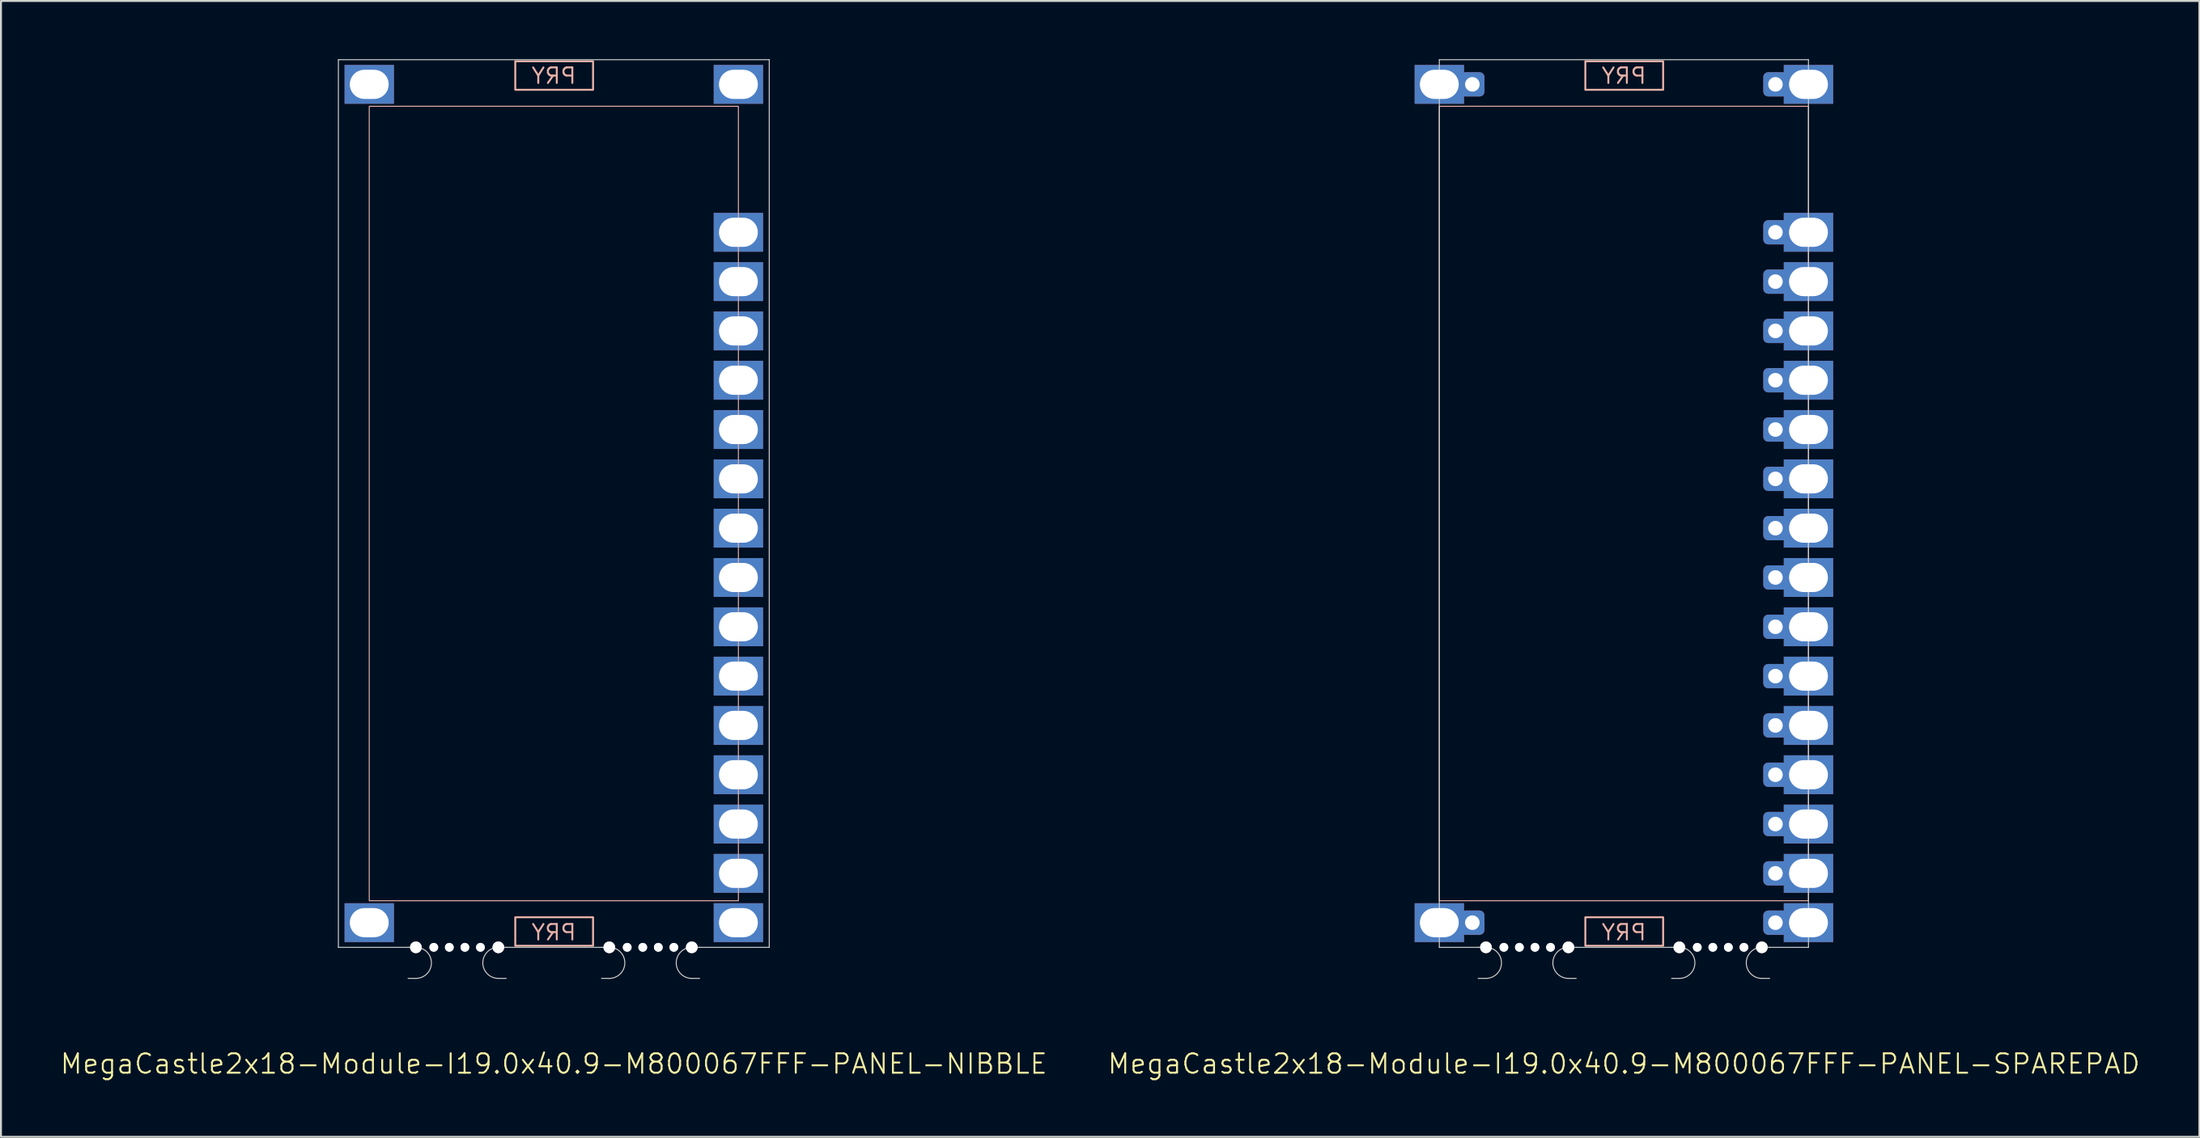
<source format=kicad_pcb>
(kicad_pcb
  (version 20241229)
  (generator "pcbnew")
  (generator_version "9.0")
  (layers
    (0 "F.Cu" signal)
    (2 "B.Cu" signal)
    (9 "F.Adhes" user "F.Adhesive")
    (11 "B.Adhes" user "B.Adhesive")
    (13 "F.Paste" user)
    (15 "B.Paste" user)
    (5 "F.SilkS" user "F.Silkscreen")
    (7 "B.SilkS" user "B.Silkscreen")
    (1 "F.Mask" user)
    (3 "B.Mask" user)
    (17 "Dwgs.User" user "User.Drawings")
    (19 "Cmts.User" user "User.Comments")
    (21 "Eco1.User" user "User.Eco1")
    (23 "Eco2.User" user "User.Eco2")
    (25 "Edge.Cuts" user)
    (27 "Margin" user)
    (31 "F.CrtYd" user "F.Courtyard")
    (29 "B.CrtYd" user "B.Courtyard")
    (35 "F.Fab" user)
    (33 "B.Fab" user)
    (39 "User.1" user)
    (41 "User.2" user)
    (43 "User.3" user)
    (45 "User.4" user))
  (footprint "MegaCastle2x18-Module-I19.0x40.9-M800067FFF-PANEL-NIBBLE"
    (layer "F.Cu")
    (at 25.455 22.885)
    (property "Reference" "MegaCastle2x18-Module-I19.0x40.9-M800067FFF-PANEL-NIBBLE" (at 0 28.86 0) (unlocked yes) (layer "F.SilkS") (effects (font (size 1 1) (thickness 0.1))))
    (attr smd)
    (fp_rect (start -9.5 20.46) (end 9.5 -20.46) (stroke (width 0.05) (type default)) (fill no) (layer "B.SilkS"))
    (fp_rect (start -1.984 -21.311) (end 2.02 -22.78) (stroke (width 0.1) (type default)) (fill no) (layer "B.SilkS"))
    (fp_rect (start -1.984 21.311) (end 2.02 22.78) (stroke (width 0.1) (type default)) (fill no) (layer "B.SilkS"))
    (fp_line (start -11.088 -22.86) (end -11.088 22.86) (stroke (width 0.05) (type default)) (layer "Edge.Cuts"))
    (fp_line (start -11.088 -22.86) (end 11.088 -22.86) (stroke (width 0.05) (type default)) (layer "Edge.Cuts"))
    (fp_line (start -11.088 22.86) (end -7.5 22.86) (stroke (width 0.05) (type default)) (layer "Edge.Cuts"))
    (fp_line (start -7.5 22.86) (end -7.1 22.86) (stroke (width 0.05) (type default)) (layer "Edge.Cuts"))
    (fp_line (start -7.5 24.46) (end -7.1 24.46) (stroke (width 0.05) (type default)) (layer "Edge.Cuts"))
    (fp_line (start -2.455 22.86) (end -2.855 22.86) (stroke (width 0.05) (type default)) (layer "Edge.Cuts"))
    (fp_line (start -2.455 22.86) (end 2.455 22.86) (stroke (width 0.05) (type default)) (layer "Edge.Cuts"))
    (fp_line (start -2.455 24.46) (end -2.855 24.46) (stroke (width 0.05) (type default)) (layer "Edge.Cuts"))
    (fp_line (start 2.455 22.86) (end 2.855 22.86) (stroke (width 0.05) (type default)) (layer "Edge.Cuts"))
    (fp_line (start 2.455 24.46) (end 2.855 24.46) (stroke (width 0.05) (type default)) (layer "Edge.Cuts"))
    (fp_line (start 7.5 22.86) (end 7.1 22.86) (stroke (width 0.05) (type default)) (layer "Edge.Cuts"))
    (fp_line (start 7.5 22.86) (end 11.088 22.86) (stroke (width 0.05) (type default)) (layer "Edge.Cuts"))
    (fp_line (start 7.5 24.46) (end 7.1 24.46) (stroke (width 0.05) (type default)) (layer "Edge.Cuts"))
    (fp_line (start 11.088 -22.86) (end 11.088 22.86) (stroke (width 0.05) (type default)) (layer "Edge.Cuts"))
    (fp_arc (start -7.1 22.860001) (mid -6.3 23.66) (end -7.1 24.459999) (stroke (width 0.05) (type default)) (layer "Edge.Cuts"))
    (fp_arc (start -2.855 24.459999) (mid -3.655 23.66) (end -2.855 22.860001) (stroke (width 0.05) (type default)) (layer "Edge.Cuts"))
    (fp_arc (start 2.855 22.860001) (mid 3.655 23.66) (end 2.855 24.459999) (stroke (width 0.05) (type default)) (layer "Edge.Cuts"))
    (fp_arc (start 7.1 24.459999) (mid 6.300001 23.66) (end 7.1 22.860001) (stroke (width 0.05) (type default)) (layer "Edge.Cuts"))
    (fp_text user "PRY" (at 0 -21.56 0) (unlocked yes) (layer "B.SilkS") (effects (font (size 0.8 0.8) (thickness 0.1)) (justify bottom mirror)))
    (fp_text user "PRY" (at 0 22.56 0) (unlocked yes) (layer "B.SilkS") (effects (font (size 0.8 0.8) (thickness 0.1)) (justify bottom mirror)))
    (pad "" np_thru_hole circle (at -7.1 22.86) (size 0.6 0.6) (drill 0.6) (layers "*.Cu" "Edge.Cuts"))
    (pad "" np_thru_hole circle (at -6.178 22.86) (size 0.45 0.45) (drill 0.45) (layers "*.Cu" "Edge.Cuts"))
    (pad "" np_thru_hole circle (at -5.378 22.86) (size 0.45 0.45) (drill 0.45) (layers "*.Cu" "Edge.Cuts"))
    (pad "" np_thru_hole circle (at -4.577 22.86) (size 0.45 0.45) (drill 0.45) (layers "*.Cu" "Edge.Cuts"))
    (pad "" np_thru_hole circle (at -3.777 22.86) (size 0.45 0.45) (drill 0.45) (layers "*.Cu" "Edge.Cuts"))
    (pad "" np_thru_hole circle (at -2.855 22.86) (size 0.6 0.6) (drill 0.6) (layers "*.Cu" "Edge.Cuts"))
    (pad "" np_thru_hole circle (at 2.855 22.86) (size 0.6 0.6) (drill 0.6) (layers "*.Cu" "Edge.Cuts"))
    (pad "" np_thru_hole circle (at 3.777 22.86) (size 0.45 0.45) (drill 0.45) (layers "*.Cu" "Edge.Cuts"))
    (pad "" np_thru_hole circle (at 4.577 22.86) (size 0.45 0.45) (drill 0.45) (layers "*.Cu" "Edge.Cuts"))
    (pad "" np_thru_hole circle (at 5.378 22.86) (size 0.45 0.45) (drill 0.45) (layers "*.Cu" "Edge.Cuts"))
    (pad "" np_thru_hole circle (at 6.178 22.86) (size 0.45 0.45) (drill 0.45) (layers "*.Cu" "Edge.Cuts"))
    (pad "" np_thru_hole circle (at 7.1 22.86) (size 0.6 0.6) (drill 0.6) (layers "*.Cu" "Edge.Cuts"))
    (pad "1" thru_hole rect (at -9.5 -21.59) (size 2.54 2) (drill oval 2 1.5) (property pad_prop_castellated) (layers "*.Cu" "*.Mask"))
    (pad "18" thru_hole rect (at -9.5 21.59) (size 2.54 2) (drill oval 2 1.5) (property pad_prop_castellated) (layers "*.Cu" "*.Mask"))
    (pad "19" thru_hole rect (at 9.5 -21.59) (size 2.54 2) (drill oval 2 1.5) (property pad_prop_castellated) (layers "*.Cu" "*.Mask"))
    (pad "22" thru_hole rect (at 9.5 -13.97) (size 2.54 2) (drill oval 2 1.5) (property pad_prop_castellated) (layers "*.Cu" "*.Mask"))
    (pad "23" thru_hole rect (at 9.5 -11.43) (size 2.54 2) (drill oval 2 1.5) (property pad_prop_castellated) (layers "*.Cu" "*.Mask"))
    (pad "24" thru_hole rect (at 9.5 -8.89) (size 2.54 2) (drill oval 2 1.5) (property pad_prop_castellated) (layers "*.Cu" "*.Mask"))
    (pad "25" thru_hole rect (at 9.5 -6.35) (size 2.54 2) (drill oval 2 1.5) (property pad_prop_castellated) (layers "*.Cu" "*.Mask"))
    (pad "26" thru_hole rect (at 9.5 -3.81) (size 2.54 2) (drill oval 2 1.5) (property pad_prop_castellated) (layers "*.Cu" "*.Mask"))
    (pad "27" thru_hole rect (at 9.5 -1.27) (size 2.54 2) (drill oval 2 1.5) (property pad_prop_castellated) (layers "*.Cu" "*.Mask"))
    (pad "28" thru_hole rect (at 9.5 1.27) (size 2.54 2) (drill oval 2 1.5) (property pad_prop_castellated) (layers "*.Cu" "*.Mask"))
    (pad "29" thru_hole rect (at 9.5 3.81) (size 2.54 2) (drill oval 2 1.5) (property pad_prop_castellated) (layers "*.Cu" "*.Mask"))
    (pad "30" thru_hole rect (at 9.5 6.35) (size 2.54 2) (drill oval 2 1.5) (property pad_prop_castellated) (layers "*.Cu" "*.Mask"))
    (pad "31" thru_hole rect (at 9.5 8.89) (size 2.54 2) (drill oval 2 1.5) (property pad_prop_castellated) (layers "*.Cu" "*.Mask"))
    (pad "32" thru_hole rect (at 9.5 11.43) (size 2.54 2) (drill oval 2 1.5) (property pad_prop_castellated) (layers "*.Cu" "*.Mask"))
    (pad "33" thru_hole rect (at 9.5 13.97) (size 2.54 2) (drill oval 2 1.5) (property pad_prop_castellated) (layers "*.Cu" "*.Mask"))
    (pad "34" thru_hole rect (at 9.5 16.51) (size 2.54 2) (drill oval 2 1.5) (property pad_prop_castellated) (layers "*.Cu" "*.Mask"))
    (pad "35" thru_hole rect (at 9.5 19.05) (size 2.54 2) (drill oval 2 1.5) (property pad_prop_castellated) (layers "*.Cu" "*.Mask"))
    (pad "36" thru_hole rect (at 9.5 21.59) (size 2.54 2) (drill oval 2 1.5) (property pad_prop_castellated) (layers "*.Cu" "*.Mask"))
    (zone (net_name "") (layer "B.Cu") (hatch edge 0.5) (connect_pads) (min_thickness 0.25) (filled_areas_thickness no) (keepout (tracks allowed) (vias allowed) (pads allowed) (copperpour allowed) (footprints not_allowed)) (placement (enabled no)) (fill) (polygon (pts (xy 15.955 45.745) (xy 15.955 0.025))))
    (zone (net_name "") (layer "B.Cu") (hatch edge 0.5) (connect_pads) (min_thickness 0.25) (filled_areas_thickness no) (keepout (tracks allowed) (vias allowed) (pads allowed) (copperpour allowed) (footprints not_allowed)) (placement (enabled no)) (fill) (polygon (pts (xy 34.955 45.745) (xy 34.955 0.025))))
    (zone (net_name "") (layer "B.Cu") (hatch edge 0.5) (connect_pads) (min_thickness 0.25) (filled_areas_thickness no) (keepout (tracks allowed) (vias allowed) (pads allowed) (copperpour allowed) (footprints not_allowed)) (placement (enabled no)) (fill) (polygon (pts (xy 15.955 0.025) (xy 15.955 2.425) (xy 34.955 2.425) (xy 34.955 0.025))))
    (zone (net_name "") (layer "B.Cu") (hatch edge 0.5) (connect_pads) (min_thickness 0.25) (filled_areas_thickness no) (keepout (tracks allowed) (vias allowed) (pads allowed) (copperpour allowed) (footprints not_allowed)) (placement (enabled no)) (fill) (polygon (pts (xy 15.955 45.745) (xy 15.955 43.345) (xy 34.955 43.345) (xy 34.955 45.745))))
    (zone (net_name "") (layer "B.Cu") (name "Upper Pry Zone") (hatch edge 0.5) (connect_pads) (min_thickness 0.25) (filled_areas_thickness no) (keepout (tracks not_allowed) (vias not_allowed) (pads not_allowed) (copperpour allowed) (footprints not_allowed)) (placement (enabled no)) (fill) (polygon (pts (xy 23.471 1.574) (xy 23.471 0.105) (xy 27.474 0.105) (xy 27.474 1.574))))
    (zone (net_name "") (layer "B.Cu") (name "Upper Pry Zone") (hatch edge 0.5) (connect_pads) (min_thickness 0.25) (filled_areas_thickness no) (keepout (tracks not_allowed) (vias not_allowed) (pads not_allowed) (copperpour allowed) (footprints not_allowed)) (placement (enabled no)) (fill) (polygon (pts (xy 23.471 44.196) (xy 23.471 45.665) (xy 27.474 45.665) (xy 27.474 44.196)))))
  (footprint "MegaCastle2x18-Module-I19.0x40.9-M800067FFF-PANEL-SPAREPAD"
    (layer "F.Cu")
    (at 80.531 22.885)
    (property "Reference" "MegaCastle2x18-Module-I19.0x40.9-M800067FFF-PANEL-SPAREPAD" (at 0 28.86 0) (unlocked yes) (layer "F.SilkS") (effects (font (size 1 1) (thickness 0.1))))
    (attr smd)
    (fp_rect (start -9.5 20.46) (end 9.5 -20.46) (stroke (width 0.05) (type default)) (fill no) (layer "B.SilkS"))
    (fp_rect (start -1.984 -21.311) (end 2.02 -22.78) (stroke (width 0.1) (type default)) (fill no) (layer "B.SilkS"))
    (fp_rect (start -1.984 21.311) (end 2.02 22.78) (stroke (width 0.1) (type default)) (fill no) (layer "B.SilkS"))
    (fp_line (start -9.5 -22.86) (end -9.5 22.86) (stroke (width 0.05) (type default)) (layer "Edge.Cuts"))
    (fp_line (start -9.5 -22.86) (end 9.5 -22.86) (stroke (width 0.05) (type default)) (layer "Edge.Cuts"))
    (fp_line (start -9.5 22.86) (end -7.5 22.86) (stroke (width 0.05) (type default)) (layer "Edge.Cuts"))
    (fp_line (start -7.5 22.86) (end -7.1 22.86) (stroke (width 0.05) (type default)) (layer "Edge.Cuts"))
    (fp_line (start -7.5 24.46) (end -7.1 24.46) (stroke (width 0.05) (type default)) (layer "Edge.Cuts"))
    (fp_line (start -2.455 22.86) (end -2.855 22.86) (stroke (width 0.05) (type default)) (layer "Edge.Cuts"))
    (fp_line (start -2.455 22.86) (end 2.455 22.86) (stroke (width 0.05) (type default)) (layer "Edge.Cuts"))
    (fp_line (start -2.455 24.46) (end -2.855 24.46) (stroke (width 0.05) (type default)) (layer "Edge.Cuts"))
    (fp_line (start 2.455 22.86) (end 2.855 22.86) (stroke (width 0.05) (type default)) (layer "Edge.Cuts"))
    (fp_line (start 2.455 24.46) (end 2.855 24.46) (stroke (width 0.05) (type default)) (layer "Edge.Cuts"))
    (fp_line (start 7.5 22.86) (end 7.1 22.86) (stroke (width 0.05) (type default)) (layer "Edge.Cuts"))
    (fp_line (start 7.5 22.86) (end 9.5 22.86) (stroke (width 0.05) (type default)) (layer "Edge.Cuts"))
    (fp_line (start 7.5 24.46) (end 7.1 24.46) (stroke (width 0.05) (type default)) (layer "Edge.Cuts"))
    (fp_line (start 9.5 -22.86) (end 9.5 22.86) (stroke (width 0.05) (type default)) (layer "Edge.Cuts"))
    (fp_arc (start -7.1 22.860001) (mid -6.3 23.66) (end -7.1 24.459999) (stroke (width 0.05) (type default)) (layer "Edge.Cuts"))
    (fp_arc (start -2.855 24.459999) (mid -3.655 23.66) (end -2.855 22.860001) (stroke (width 0.05) (type default)) (layer "Edge.Cuts"))
    (fp_arc (start 2.855 22.860001) (mid 3.655 23.66) (end 2.855 24.459999) (stroke (width 0.05) (type default)) (layer "Edge.Cuts"))
    (fp_arc (start 7.1 24.459999) (mid 6.300001 23.66) (end 7.1 22.860001) (stroke (width 0.05) (type default)) (layer "Edge.Cuts"))
    (fp_text user "PRY" (at 0 -21.56 0) (unlocked yes) (layer "B.SilkS") (effects (font (size 0.8 0.8) (thickness 0.1)) (justify bottom mirror)))
    (fp_text user "PRY" (at 0 22.56 0) (unlocked yes) (layer "B.SilkS") (effects (font (size 0.8 0.8) (thickness 0.1)) (justify bottom mirror)))
    (pad "" np_thru_hole circle (at -7.1 22.86) (size 0.6 0.6) (drill 0.6) (layers "*.Cu" "Edge.Cuts"))
    (pad "" np_thru_hole circle (at -6.178 22.86) (size 0.45 0.45) (drill 0.45) (layers "*.Cu" "Edge.Cuts"))
    (pad "" np_thru_hole circle (at -5.378 22.86) (size 0.45 0.45) (drill 0.45) (layers "*.Cu" "Edge.Cuts"))
    (pad "" np_thru_hole circle (at -4.577 22.86) (size 0.45 0.45) (drill 0.45) (layers "*.Cu" "Edge.Cuts"))
    (pad "" np_thru_hole circle (at -3.777 22.86) (size 0.45 0.45) (drill 0.45) (layers "*.Cu" "Edge.Cuts"))
    (pad "" np_thru_hole circle (at -2.855 22.86) (size 0.6 0.6) (drill 0.6) (layers "*.Cu" "Edge.Cuts"))
    (pad "" np_thru_hole circle (at 2.855 22.86) (size 0.6 0.6) (drill 0.6) (layers "*.Cu" "Edge.Cuts"))
    (pad "" np_thru_hole circle (at 3.777 22.86) (size 0.45 0.45) (drill 0.45) (layers "*.Cu" "Edge.Cuts"))
    (pad "" np_thru_hole circle (at 4.577 22.86) (size 0.45 0.45) (drill 0.45) (layers "*.Cu" "Edge.Cuts"))
    (pad "" np_thru_hole circle (at 5.378 22.86) (size 0.45 0.45) (drill 0.45) (layers "*.Cu" "Edge.Cuts"))
    (pad "" np_thru_hole circle (at 6.178 22.86) (size 0.45 0.45) (drill 0.45) (layers "*.Cu" "Edge.Cuts"))
    (pad "" np_thru_hole circle (at 7.1 22.86) (size 0.6 0.6) (drill 0.6) (layers "*.Cu" "Edge.Cuts"))
    (pad "1" thru_hole rect (at -9.5 -21.59) (size 2.54 2) (drill oval 2 1.5) (property pad_prop_castellated) (layers "*.Cu" "*.Mask"))
    (pad "1" thru_hole roundrect (at -7.8 -21.59 180) (size 1.25 1.25) (drill 0.75) (layers "*.Cu" "*.Mask") (roundrect_rratio 0.2))
    (pad "18" thru_hole rect (at -9.5 21.59) (size 2.54 2) (drill oval 2 1.5) (property pad_prop_castellated) (layers "*.Cu" "*.Mask"))
    (pad "18" thru_hole roundrect (at -7.8 21.59 180) (size 1.25 1.25) (drill 0.75) (layers "*.Cu" "*.Mask") (roundrect_rratio 0.2))
    (pad "19" thru_hole roundrect (at 7.8 -21.59 180) (size 1.25 1.25) (drill 0.75) (layers "*.Cu" "*.Mask") (roundrect_rratio 0.2))
    (pad "19" thru_hole rect (at 9.5 -21.59) (size 2.54 2) (drill oval 2 1.5) (property pad_prop_castellated) (layers "*.Cu" "*.Mask"))
    (pad "22" thru_hole roundrect (at 7.8 -13.97 180) (size 1.25 1.25) (drill 0.75) (layers "*.Cu" "*.Mask") (roundrect_rratio 0.2))
    (pad "22" thru_hole rect (at 9.5 -13.97) (size 2.54 2) (drill oval 2 1.5) (property pad_prop_castellated) (layers "*.Cu" "*.Mask"))
    (pad "23" thru_hole roundrect (at 7.8 -11.43 180) (size 1.25 1.25) (drill 0.75) (layers "*.Cu" "*.Mask") (roundrect_rratio 0.2))
    (pad "23" thru_hole rect (at 9.5 -11.43) (size 2.54 2) (drill oval 2 1.5) (property pad_prop_castellated) (layers "*.Cu" "*.Mask"))
    (pad "24" thru_hole roundrect (at 7.8 -8.89 180) (size 1.25 1.25) (drill 0.75) (layers "*.Cu" "*.Mask") (roundrect_rratio 0.2))
    (pad "24" thru_hole rect (at 9.5 -8.89) (size 2.54 2) (drill oval 2 1.5) (property pad_prop_castellated) (layers "*.Cu" "*.Mask"))
    (pad "25" thru_hole roundrect (at 7.8 -6.35 180) (size 1.25 1.25) (drill 0.75) (layers "*.Cu" "*.Mask") (roundrect_rratio 0.2))
    (pad "25" thru_hole rect (at 9.5 -6.35) (size 2.54 2) (drill oval 2 1.5) (property pad_prop_castellated) (layers "*.Cu" "*.Mask"))
    (pad "26" thru_hole roundrect (at 7.8 -3.81 180) (size 1.25 1.25) (drill 0.75) (layers "*.Cu" "*.Mask") (roundrect_rratio 0.2))
    (pad "26" thru_hole rect (at 9.5 -3.81) (size 2.54 2) (drill oval 2 1.5) (property pad_prop_castellated) (layers "*.Cu" "*.Mask"))
    (pad "27" thru_hole roundrect (at 7.8 -1.27 180) (size 1.25 1.25) (drill 0.75) (layers "*.Cu" "*.Mask") (roundrect_rratio 0.2))
    (pad "27" thru_hole rect (at 9.5 -1.27) (size 2.54 2) (drill oval 2 1.5) (property pad_prop_castellated) (layers "*.Cu" "*.Mask"))
    (pad "28" thru_hole roundrect (at 7.8 1.27 180) (size 1.25 1.25) (drill 0.75) (layers "*.Cu" "*.Mask") (roundrect_rratio 0.2))
    (pad "28" thru_hole rect (at 9.5 1.27) (size 2.54 2) (drill oval 2 1.5) (property pad_prop_castellated) (layers "*.Cu" "*.Mask"))
    (pad "29" thru_hole roundrect (at 7.8 3.81 180) (size 1.25 1.25) (drill 0.75) (layers "*.Cu" "*.Mask") (roundrect_rratio 0.2))
    (pad "29" thru_hole rect (at 9.5 3.81) (size 2.54 2) (drill oval 2 1.5) (property pad_prop_castellated) (layers "*.Cu" "*.Mask"))
    (pad "30" thru_hole roundrect (at 7.8 6.35 180) (size 1.25 1.25) (drill 0.75) (layers "*.Cu" "*.Mask") (roundrect_rratio 0.2))
    (pad "30" thru_hole rect (at 9.5 6.35) (size 2.54 2) (drill oval 2 1.5) (property pad_prop_castellated) (layers "*.Cu" "*.Mask"))
    (pad "31" thru_hole roundrect (at 7.8 8.89 180) (size 1.25 1.25) (drill 0.75) (layers "*.Cu" "*.Mask") (roundrect_rratio 0.2))
    (pad "31" thru_hole rect (at 9.5 8.89) (size 2.54 2) (drill oval 2 1.5) (property pad_prop_castellated) (layers "*.Cu" "*.Mask"))
    (pad "32" thru_hole roundrect (at 7.8 11.43 180) (size 1.25 1.25) (drill 0.75) (layers "*.Cu" "*.Mask") (roundrect_rratio 0.2))
    (pad "32" thru_hole rect (at 9.5 11.43) (size 2.54 2) (drill oval 2 1.5) (property pad_prop_castellated) (layers "*.Cu" "*.Mask"))
    (pad "33" thru_hole roundrect (at 7.8 13.97 180) (size 1.25 1.25) (drill 0.75) (layers "*.Cu" "*.Mask") (roundrect_rratio 0.2))
    (pad "33" thru_hole rect (at 9.5 13.97) (size 2.54 2) (drill oval 2 1.5) (property pad_prop_castellated) (layers "*.Cu" "*.Mask"))
    (pad "34" thru_hole roundrect (at 7.8 16.51 180) (size 1.25 1.25) (drill 0.75) (layers "*.Cu" "*.Mask") (roundrect_rratio 0.2))
    (pad "34" thru_hole rect (at 9.5 16.51) (size 2.54 2) (drill oval 2 1.5) (property pad_prop_castellated) (layers "*.Cu" "*.Mask"))
    (pad "35" thru_hole roundrect (at 7.8 19.05 180) (size 1.25 1.25) (drill 0.75) (layers "*.Cu" "*.Mask") (roundrect_rratio 0.2))
    (pad "35" thru_hole rect (at 9.5 19.05) (size 2.54 2) (drill oval 2 1.5) (property pad_prop_castellated) (layers "*.Cu" "*.Mask"))
    (pad "36" thru_hole roundrect (at 7.8 21.59 180) (size 1.25 1.25) (drill 0.75) (layers "*.Cu" "*.Mask") (roundrect_rratio 0.2))
    (pad "36" thru_hole rect (at 9.5 21.59) (size 2.54 2) (drill oval 2 1.5) (property pad_prop_castellated) (layers "*.Cu" "*.Mask"))
    (zone (net_name "") (layer "B.Cu") (hatch edge 0.5) (connect_pads) (min_thickness 0.25) (filled_areas_thickness no) (keepout (tracks allowed) (vias allowed) (pads allowed) (copperpour allowed) (footprints not_allowed)) (placement (enabled no)) (fill) (polygon (pts (xy 71.031 45.745) (xy 71.031 0.025))))
    (zone (net_name "") (layer "B.Cu") (hatch edge 0.5) (connect_pads) (min_thickness 0.25) (filled_areas_thickness no) (keepout (tracks allowed) (vias allowed) (pads allowed) (copperpour allowed) (footprints not_allowed)) (placement (enabled no)) (fill) (polygon (pts (xy 90.031 45.745) (xy 90.031 0.025))))
    (zone (net_name "") (layer "B.Cu") (hatch edge 0.5) (connect_pads) (min_thickness 0.25) (filled_areas_thickness no) (keepout (tracks allowed) (vias allowed) (pads allowed) (copperpour allowed) (footprints not_allowed)) (placement (enabled no)) (fill) (polygon (pts (xy 71.031 0.025) (xy 71.031 2.425) (xy 90.031 2.425) (xy 90.031 0.025))))
    (zone (net_name "") (layer "B.Cu") (hatch edge 0.5) (connect_pads) (min_thickness 0.25) (filled_areas_thickness no) (keepout (tracks allowed) (vias allowed) (pads allowed) (copperpour allowed) (footprints not_allowed)) (placement (enabled no)) (fill) (polygon (pts (xy 71.031 45.745) (xy 71.031 43.345) (xy 90.031 43.345) (xy 90.031 45.745))))
    (zone (net_name "") (layer "B.Cu") (name "Upper Pry Zone") (hatch edge 0.5) (connect_pads) (min_thickness 0.25) (filled_areas_thickness no) (keepout (tracks not_allowed) (vias not_allowed) (pads not_allowed) (copperpour allowed) (footprints not_allowed)) (placement (enabled no)) (fill) (polygon (pts (xy 78.547 1.574) (xy 78.547 0.105) (xy 82.55 0.105) (xy 82.55 1.574))))
    (zone (net_name "") (layer "B.Cu") (name "Upper Pry Zone") (hatch edge 0.5) (connect_pads) (min_thickness 0.25) (filled_areas_thickness no) (keepout (tracks not_allowed) (vias not_allowed) (pads not_allowed) (copperpour allowed) (footprints not_allowed)) (placement (enabled no)) (fill) (polygon (pts (xy 78.547 44.196) (xy 78.547 45.665) (xy 82.55 45.665) (xy 82.55 44.196)))))
  (gr_rect
    (start -3 -3)
    (end 110.152 55.506)
    (stroke (width 0.1) (type default))
    (fill no)
    (layer "Edge.Cuts")))
</source>
